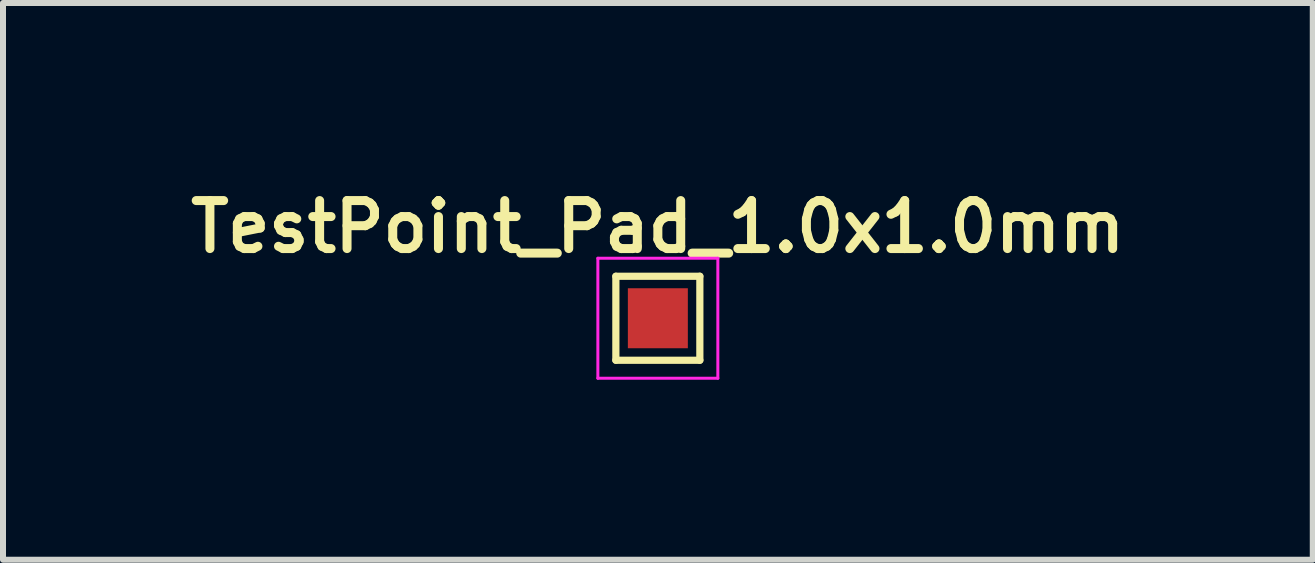
<source format=kicad_pcb>
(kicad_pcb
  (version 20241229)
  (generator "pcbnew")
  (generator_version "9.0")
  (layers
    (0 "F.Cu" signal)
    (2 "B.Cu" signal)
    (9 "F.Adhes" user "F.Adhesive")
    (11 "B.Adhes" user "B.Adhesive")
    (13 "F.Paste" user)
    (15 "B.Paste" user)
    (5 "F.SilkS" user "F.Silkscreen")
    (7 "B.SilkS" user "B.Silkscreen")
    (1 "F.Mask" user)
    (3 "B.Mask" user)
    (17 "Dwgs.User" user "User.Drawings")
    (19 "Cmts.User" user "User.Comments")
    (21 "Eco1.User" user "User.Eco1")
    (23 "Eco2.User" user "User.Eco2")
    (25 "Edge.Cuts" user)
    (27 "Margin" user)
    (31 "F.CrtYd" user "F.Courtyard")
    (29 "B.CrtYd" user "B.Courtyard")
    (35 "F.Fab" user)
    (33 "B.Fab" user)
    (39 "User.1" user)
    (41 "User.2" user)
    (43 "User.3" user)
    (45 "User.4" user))
  (footprint "TestPoint_Pad_1.0x1.0mm"
    (layer "F.Cu")
    (at 7.916 2.255)
    (property "Reference" "TestPoint_Pad_1.0x1.0mm" (at 0 -1.524 0) (layer "F.SilkS") (effects (font (size 0.8 0.8) (thickness 0.15))))
    (attr exclude_from_pos_files exclude_from_bom)
    (fp_line (start -0.7 -0.7) (end 0.7 -0.7) (stroke (width 0.12) (type solid)) (layer "F.SilkS"))
    (fp_line (start -0.7 0.7) (end -0.7 -0.7) (stroke (width 0.12) (type solid)) (layer "F.SilkS"))
    (fp_line (start 0.7 -0.7) (end 0.7 0.7) (stroke (width 0.12) (type solid)) (layer "F.SilkS"))
    (fp_line (start 0.7 0.7) (end -0.7 0.7) (stroke (width 0.12) (type solid)) (layer "F.SilkS"))
    (fp_line (start -1 -1) (end -1 1) (stroke (width 0.05) (type solid)) (layer "F.CrtYd"))
    (fp_line (start -1 -1) (end 1 -1) (stroke (width 0.05) (type solid)) (layer "F.CrtYd"))
    (fp_line (start 1 1) (end -1 1) (stroke (width 0.05) (type solid)) (layer "F.CrtYd"))
    (fp_line (start 1 1) (end 1 -1) (stroke (width 0.05) (type solid)) (layer "F.CrtYd"))
    (pad "1" smd rect (at 0 0) (size 1 1) (layers "F.Cu" "F.Mask" "F.Paste")))
  (gr_rect
    (start -3 -3)
    (end 18.833 6.28)
    (stroke (width 0.1) (type default))
    (fill no)
    (layer "Edge.Cuts")))
</source>
